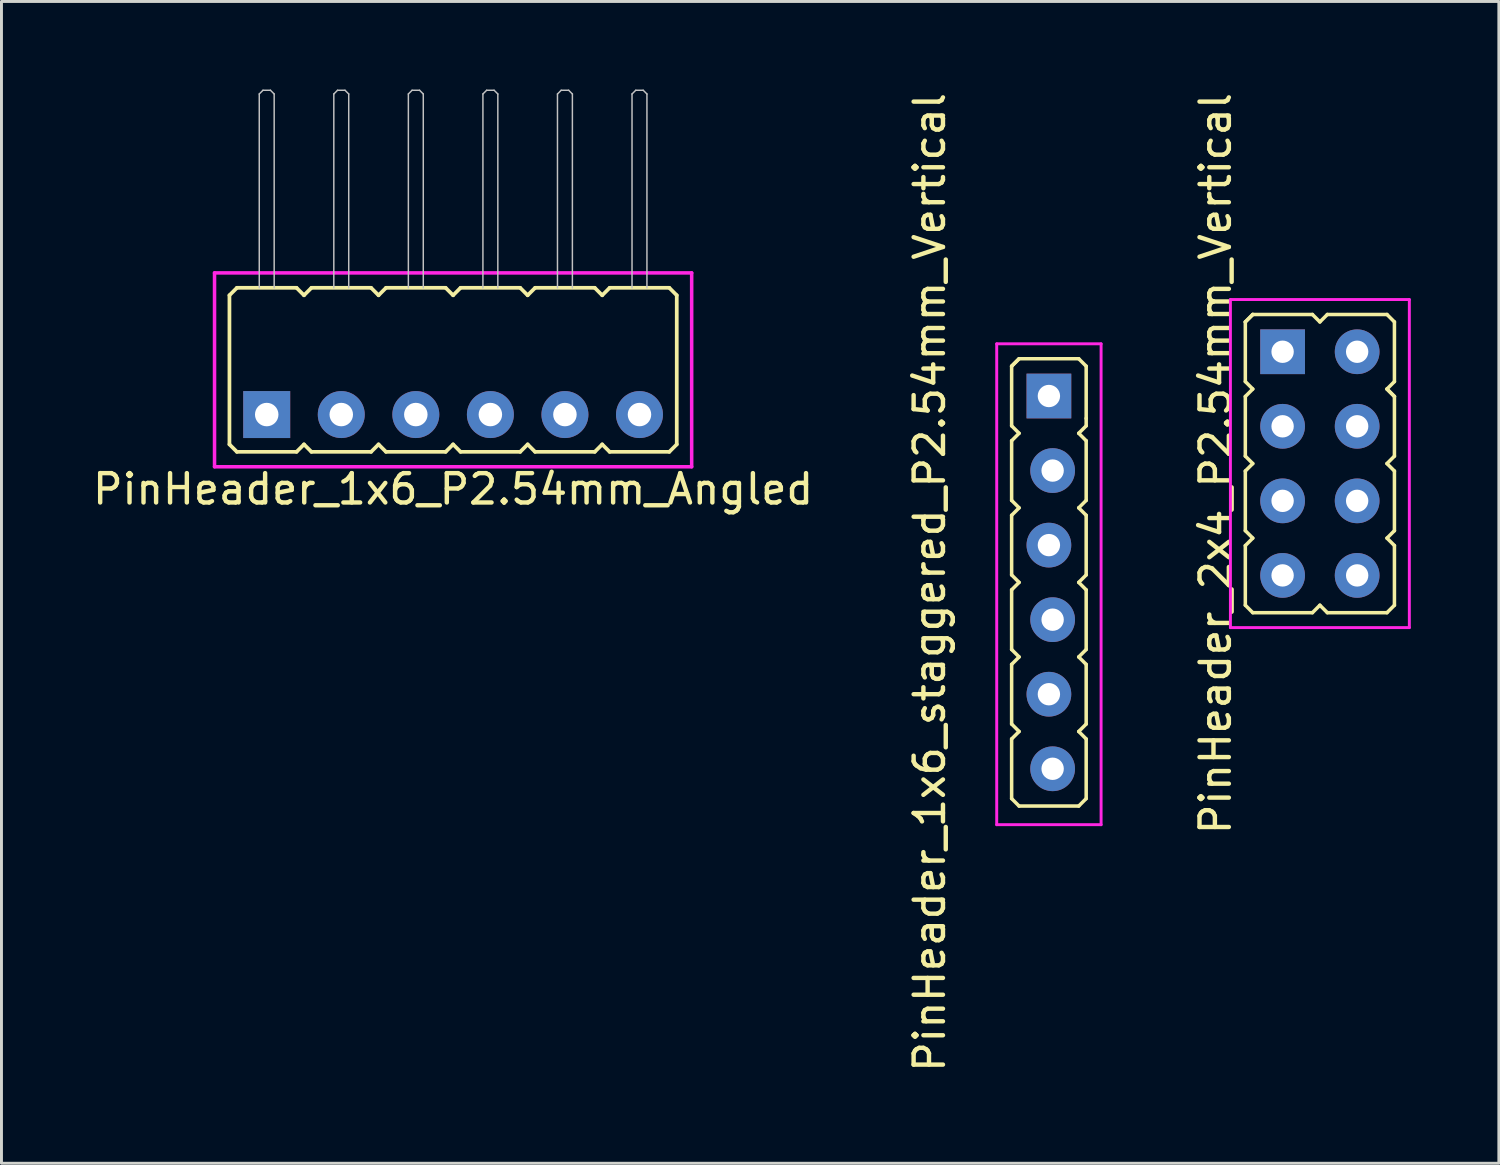
<source format=kicad_pcb>
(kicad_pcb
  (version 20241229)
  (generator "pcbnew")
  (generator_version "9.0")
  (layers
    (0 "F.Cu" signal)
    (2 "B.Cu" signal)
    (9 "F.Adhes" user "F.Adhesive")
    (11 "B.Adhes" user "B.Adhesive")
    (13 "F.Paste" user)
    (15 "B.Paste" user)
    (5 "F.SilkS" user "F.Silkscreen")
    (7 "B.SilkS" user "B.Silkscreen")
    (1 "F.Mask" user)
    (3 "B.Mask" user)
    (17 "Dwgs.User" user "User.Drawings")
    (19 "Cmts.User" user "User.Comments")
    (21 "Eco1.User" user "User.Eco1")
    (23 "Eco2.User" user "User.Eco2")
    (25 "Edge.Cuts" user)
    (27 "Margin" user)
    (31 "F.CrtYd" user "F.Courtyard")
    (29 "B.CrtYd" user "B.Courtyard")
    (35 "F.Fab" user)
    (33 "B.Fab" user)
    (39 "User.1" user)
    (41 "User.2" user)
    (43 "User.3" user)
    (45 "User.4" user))
  (footprint "PinHeader_2x4_P2.54mm_Vertical"
    (layer "F.Cu")
    (at 41.918 12.744)
    (property "Reference" "PinHeader_2x4_P2.54mm_Vertical" (at -3.556 0 90) (layer "F.SilkS") (effects (font (size 1 1) (thickness 0.15))))
    (attr through_hole)
    (fp_line (start -2.54 -4.826) (end -2.286 -5.08) (stroke (width 0.12) (type solid)) (layer "F.SilkS"))
    (fp_line (start -2.54 -4.826) (end -2.286 -5.08) (stroke (width 0.12) (type solid)) (layer "F.SilkS"))
    (fp_line (start -2.54 -2.794) (end -2.54 -4.826) (stroke (width 0.12) (type solid)) (layer "F.SilkS"))
    (fp_line (start -2.54 -2.286) (end -2.286 -2.54) (stroke (width 0.12) (type solid)) (layer "F.SilkS"))
    (fp_line (start -2.54 -0.254) (end -2.54 -2.286) (stroke (width 0.12) (type solid)) (layer "F.SilkS"))
    (fp_line (start -2.54 0.254) (end -2.286 0) (stroke (width 0.12) (type solid)) (layer "F.SilkS"))
    (fp_line (start -2.54 2.286) (end -2.54 0.254) (stroke (width 0.12) (type solid)) (layer "F.SilkS"))
    (fp_line (start -2.54 2.794) (end -2.286 2.54) (stroke (width 0.12) (type solid)) (layer "F.SilkS"))
    (fp_line (start -2.54 4.826) (end -2.54 2.794) (stroke (width 0.12) (type solid)) (layer "F.SilkS"))
    (fp_line (start -2.286 -2.54) (end -2.54 -2.794) (stroke (width 0.12) (type solid)) (layer "F.SilkS"))
    (fp_line (start -2.286 0) (end -2.54 -0.254) (stroke (width 0.12) (type solid)) (layer "F.SilkS"))
    (fp_line (start -2.286 2.54) (end -2.54 2.286) (stroke (width 0.12) (type solid)) (layer "F.SilkS"))
    (fp_line (start -2.286 5.08) (end -2.54 4.826) (stroke (width 0.12) (type solid)) (layer "F.SilkS"))
    (fp_line (start -0.254 -5.08) (end -2.286 -5.08) (stroke (width 0.12) (type solid)) (layer "F.SilkS"))
    (fp_line (start -0.254 5.08) (end -2.286 5.08) (stroke (width 0.12) (type solid)) (layer "F.SilkS"))
    (fp_line (start -0.254 5.08) (end 0 4.826) (stroke (width 0.12) (type solid)) (layer "F.SilkS"))
    (fp_line (start 0 -4.826) (end -0.254 -5.08) (stroke (width 0.12) (type solid)) (layer "F.SilkS"))
    (fp_line (start 0.254 -5.08) (end 0 -4.826) (stroke (width 0.12) (type solid)) (layer "F.SilkS"))
    (fp_line (start 0.254 -5.08) (end 2.286 -5.08) (stroke (width 0.12) (type solid)) (layer "F.SilkS"))
    (fp_line (start 0.254 5.08) (end 0 4.826) (stroke (width 0.12) (type solid)) (layer "F.SilkS"))
    (fp_line (start 2.286 -5.08) (end 2.54 -4.826) (stroke (width 0.12) (type solid)) (layer "F.SilkS"))
    (fp_line (start 2.286 -2.54) (end 2.54 -2.286) (stroke (width 0.12) (type solid)) (layer "F.SilkS"))
    (fp_line (start 2.286 -2.54) (end 2.54 -2.286) (stroke (width 0.12) (type solid)) (layer "F.SilkS"))
    (fp_line (start 2.286 0) (end 2.54 0.254) (stroke (width 0.12) (type solid)) (layer "F.SilkS"))
    (fp_line (start 2.286 2.54) (end 2.54 2.794) (stroke (width 0.12) (type solid)) (layer "F.SilkS"))
    (fp_line (start 2.286 5.08) (end 0.254 5.08) (stroke (width 0.12) (type solid)) (layer "F.SilkS"))
    (fp_line (start 2.54 -4.826) (end 2.54 -2.794) (stroke (width 0.12) (type solid)) (layer "F.SilkS"))
    (fp_line (start 2.54 -2.794) (end 2.286 -2.54) (stroke (width 0.12) (type solid)) (layer "F.SilkS"))
    (fp_line (start 2.54 -2.286) (end 2.54 -0.254) (stroke (width 0.12) (type solid)) (layer "F.SilkS"))
    (fp_line (start 2.54 -0.254) (end 2.286 0) (stroke (width 0.12) (type solid)) (layer "F.SilkS"))
    (fp_line (start 2.54 0.254) (end 2.54 2.286) (stroke (width 0.12) (type solid)) (layer "F.SilkS"))
    (fp_line (start 2.54 2.286) (end 2.286 2.54) (stroke (width 0.12) (type solid)) (layer "F.SilkS"))
    (fp_line (start 2.54 2.794) (end 2.54 4.826) (stroke (width 0.12) (type solid)) (layer "F.SilkS"))
    (fp_line (start 2.54 4.826) (end 2.286 5.08) (stroke (width 0.12) (type solid)) (layer "F.SilkS"))
    (fp_line (start -3.048 5.588) (end -3.048 -5.588) (stroke (width 0.1) (type solid)) (layer "F.CrtYd"))
    (fp_line (start -3.048 5.588) (end 3.048 5.588) (stroke (width 0.1) (type solid)) (layer "F.CrtYd"))
    (fp_line (start 3.048 -5.588) (end -3.048 -5.588) (stroke (width 0.1) (type solid)) (layer "F.CrtYd"))
    (fp_line (start 3.048 -5.588) (end 3.048 5.588) (stroke (width 0.1) (type solid)) (layer "F.CrtYd"))
    (pad "1" thru_hole rect (at -1.27 -3.81) (size 1.524 1.524) (drill 0.762) (layers "*.Cu" "*.Mask"))
    (pad "2" thru_hole oval (at 1.27 -3.81) (size 1.524 1.524) (drill 0.762) (layers "*.Cu" "*.Mask"))
    (pad "3" thru_hole oval (at -1.27 -1.27) (size 1.524 1.524) (drill 0.762) (layers "*.Cu" "*.Mask"))
    (pad "4" thru_hole oval (at 1.27 -1.27) (size 1.524 1.524) (drill 0.762) (layers "*.Cu" "*.Mask"))
    (pad "5" thru_hole oval (at -1.27 1.27) (size 1.524 1.524) (drill 0.762) (layers "*.Cu" "*.Mask"))
    (pad "6" thru_hole oval (at 1.27 1.27) (size 1.524 1.524) (drill 0.762) (layers "*.Cu" "*.Mask"))
    (pad "7" thru_hole oval (at -1.27 3.81) (size 1.524 1.524) (drill 0.762) (layers "*.Cu" "*.Mask"))
    (pad "8" thru_hole oval (at 1.27 3.81) (size 1.524 1.524) (drill 0.762) (layers "*.Cu" "*.Mask")))
  (footprint "PinHeader_1x6_P2.54mm_Angled"
    (layer "F.Cu")
    (at 12.387 11.074)
    (property "Reference" "PinHeader_1x6_P2.54mm_Angled" (at 0 2.54 0) (layer "F.SilkS") (effects (font (size 1 1) (thickness 0.15))))
    (attr through_hole)
    (fp_line (start -7.62 1.016) (end -7.62 -4.064) (stroke (width 0.127) (type solid)) (layer "F.SilkS"))
    (fp_line (start -7.366 -4.318) (end -7.62 -4.064) (stroke (width 0.127) (type solid)) (layer "F.SilkS"))
    (fp_line (start -7.366 -4.318) (end -5.334 -4.318) (stroke (width 0.127) (type solid)) (layer "F.SilkS"))
    (fp_line (start -7.366 1.27) (end -7.62 1.016) (stroke (width 0.127) (type solid)) (layer "F.SilkS"))
    (fp_line (start -5.334 -4.318) (end -5.08 -4.064) (stroke (width 0.127) (type solid)) (layer "F.SilkS"))
    (fp_line (start -5.334 1.27) (end -7.366 1.27) (stroke (width 0.127) (type solid)) (layer "F.SilkS"))
    (fp_line (start -5.08 -4.064) (end -4.826 -4.318) (stroke (width 0.127) (type solid)) (layer "F.SilkS"))
    (fp_line (start -5.08 1.016) (end -5.334 1.27) (stroke (width 0.127) (type solid)) (layer "F.SilkS"))
    (fp_line (start -4.826 -4.318) (end -2.794 -4.318) (stroke (width 0.127) (type solid)) (layer "F.SilkS"))
    (fp_line (start -4.826 1.27) (end -5.08 1.016) (stroke (width 0.127) (type solid)) (layer "F.SilkS"))
    (fp_line (start -2.794 -4.318) (end -2.54 -4.064) (stroke (width 0.127) (type solid)) (layer "F.SilkS"))
    (fp_line (start -2.794 1.27) (end -4.826 1.27) (stroke (width 0.127) (type solid)) (layer "F.SilkS"))
    (fp_line (start -2.54 -4.064) (end -2.286 -4.318) (stroke (width 0.127) (type solid)) (layer "F.SilkS"))
    (fp_line (start -2.54 1.016) (end -2.794 1.27) (stroke (width 0.127) (type solid)) (layer "F.SilkS"))
    (fp_line (start -2.286 -4.318) (end -0.254 -4.318) (stroke (width 0.127) (type solid)) (layer "F.SilkS"))
    (fp_line (start -2.286 1.27) (end -2.54 1.016) (stroke (width 0.127) (type solid)) (layer "F.SilkS"))
    (fp_line (start -0.254 -4.318) (end 0 -4.064) (stroke (width 0.127) (type solid)) (layer "F.SilkS"))
    (fp_line (start -0.254 1.27) (end -2.286 1.27) (stroke (width 0.127) (type solid)) (layer "F.SilkS"))
    (fp_line (start 0 -4.064) (end 0.254 -4.318) (stroke (width 0.127) (type solid)) (layer "F.SilkS"))
    (fp_line (start 0 1.016) (end -0.254 1.27) (stroke (width 0.127) (type solid)) (layer "F.SilkS"))
    (fp_line (start 0.254 -4.318) (end 2.286 -4.318) (stroke (width 0.127) (type solid)) (layer "F.SilkS"))
    (fp_line (start 0.254 1.27) (end 0 1.016) (stroke (width 0.127) (type solid)) (layer "F.SilkS"))
    (fp_line (start 2.286 -4.318) (end 2.54 -4.064) (stroke (width 0.127) (type solid)) (layer "F.SilkS"))
    (fp_line (start 2.286 1.27) (end 0.254 1.27) (stroke (width 0.127) (type solid)) (layer "F.SilkS"))
    (fp_line (start 2.54 -4.064) (end 2.794 -4.318) (stroke (width 0.127) (type solid)) (layer "F.SilkS"))
    (fp_line (start 2.54 1.016) (end 2.286 1.27) (stroke (width 0.127) (type solid)) (layer "F.SilkS"))
    (fp_line (start 2.794 -4.318) (end 4.826 -4.318) (stroke (width 0.127) (type solid)) (layer "F.SilkS"))
    (fp_line (start 2.794 1.27) (end 2.54 1.016) (stroke (width 0.127) (type solid)) (layer "F.SilkS"))
    (fp_line (start 4.826 -4.318) (end 5.08 -4.064) (stroke (width 0.127) (type solid)) (layer "F.SilkS"))
    (fp_line (start 4.826 1.27) (end 2.794 1.27) (stroke (width 0.127) (type solid)) (layer "F.SilkS"))
    (fp_line (start 5.08 -4.064) (end 5.334 -4.318) (stroke (width 0.127) (type solid)) (layer "F.SilkS"))
    (fp_line (start 5.08 1.016) (end 4.826 1.27) (stroke (width 0.127) (type solid)) (layer "F.SilkS"))
    (fp_line (start 5.334 -4.318) (end 7.366 -4.318) (stroke (width 0.127) (type solid)) (layer "F.SilkS"))
    (fp_line (start 5.334 1.27) (end 5.08 1.016) (stroke (width 0.127) (type solid)) (layer "F.SilkS"))
    (fp_line (start 7.366 -4.318) (end 7.62 -4.064) (stroke (width 0.127) (type solid)) (layer "F.SilkS"))
    (fp_line (start 7.366 1.27) (end 5.334 1.27) (stroke (width 0.127) (type solid)) (layer "F.SilkS"))
    (fp_line (start 7.366 1.27) (end 7.62 1.016) (stroke (width 0.127) (type solid)) (layer "F.SilkS"))
    (fp_line (start 7.62 -4.064) (end 7.62 1.016) (stroke (width 0.127) (type solid)) (layer "F.SilkS"))
    (fp_line (start -6.604 -10.922) (end -6.477 -11.049) (stroke (width 0.05) (type solid)) (layer "Dwgs.User"))
    (fp_line (start -6.604 -4.318) (end -6.604 -10.922) (stroke (width 0.05) (type solid)) (layer "Dwgs.User"))
    (fp_line (start -6.477 -11.049) (end -6.223 -11.049) (stroke (width 0.05) (type solid)) (layer "Dwgs.User"))
    (fp_line (start -6.223 -11.049) (end -6.096 -10.922) (stroke (width 0.05) (type solid)) (layer "Dwgs.User"))
    (fp_line (start -6.096 -10.922) (end -6.096 -4.318) (stroke (width 0.05) (type solid)) (layer "Dwgs.User"))
    (fp_line (start -4.064 -10.922) (end -3.937 -11.049) (stroke (width 0.05) (type solid)) (layer "Dwgs.User"))
    (fp_line (start -4.064 -4.318) (end -4.064 -10.922) (stroke (width 0.05) (type solid)) (layer "Dwgs.User"))
    (fp_line (start -3.937 -11.049) (end -3.683 -11.049) (stroke (width 0.05) (type solid)) (layer "Dwgs.User"))
    (fp_line (start -3.683 -11.049) (end -3.556 -10.922) (stroke (width 0.05) (type solid)) (layer "Dwgs.User"))
    (fp_line (start -3.556 -10.922) (end -3.556 -4.318) (stroke (width 0.05) (type solid)) (layer "Dwgs.User"))
    (fp_line (start -1.524 -10.922) (end -1.397 -11.049) (stroke (width 0.05) (type solid)) (layer "Dwgs.User"))
    (fp_line (start -1.524 -4.318) (end -1.524 -10.922) (stroke (width 0.05) (type solid)) (layer "Dwgs.User"))
    (fp_line (start -1.397 -11.049) (end -1.143 -11.049) (stroke (width 0.05) (type solid)) (layer "Dwgs.User"))
    (fp_line (start -1.143 -11.049) (end -1.016 -10.922) (stroke (width 0.05) (type solid)) (layer "Dwgs.User"))
    (fp_line (start -1.016 -10.922) (end -1.016 -4.318) (stroke (width 0.05) (type solid)) (layer "Dwgs.User"))
    (fp_line (start 1.016 -10.922) (end 1.143 -11.049) (stroke (width 0.05) (type solid)) (layer "Dwgs.User"))
    (fp_line (start 1.016 -4.318) (end 1.016 -10.922) (stroke (width 0.05) (type solid)) (layer "Dwgs.User"))
    (fp_line (start 1.143 -11.049) (end 1.397 -11.049) (stroke (width 0.05) (type solid)) (layer "Dwgs.User"))
    (fp_line (start 1.397 -11.049) (end 1.524 -10.922) (stroke (width 0.05) (type solid)) (layer "Dwgs.User"))
    (fp_line (start 1.524 -10.922) (end 1.524 -4.318) (stroke (width 0.05) (type solid)) (layer "Dwgs.User"))
    (fp_line (start 3.556 -10.922) (end 3.683 -11.049) (stroke (width 0.05) (type solid)) (layer "Dwgs.User"))
    (fp_line (start 3.556 -4.318) (end 3.556 -10.922) (stroke (width 0.05) (type solid)) (layer "Dwgs.User"))
    (fp_line (start 3.683 -11.049) (end 3.937 -11.049) (stroke (width 0.05) (type solid)) (layer "Dwgs.User"))
    (fp_line (start 3.937 -11.049) (end 4.064 -10.922) (stroke (width 0.05) (type solid)) (layer "Dwgs.User"))
    (fp_line (start 4.064 -10.922) (end 4.064 -4.318) (stroke (width 0.05) (type solid)) (layer "Dwgs.User"))
    (fp_line (start 6.096 -10.922) (end 6.223 -11.049) (stroke (width 0.05) (type solid)) (layer "Dwgs.User"))
    (fp_line (start 6.096 -4.318) (end 6.096 -10.922) (stroke (width 0.05) (type solid)) (layer "Dwgs.User"))
    (fp_line (start 6.223 -11.049) (end 6.477 -11.049) (stroke (width 0.05) (type solid)) (layer "Dwgs.User"))
    (fp_line (start 6.477 -11.049) (end 6.604 -10.922) (stroke (width 0.05) (type solid)) (layer "Dwgs.User"))
    (fp_line (start 6.604 -10.922) (end 6.604 -4.318) (stroke (width 0.05) (type solid)) (layer "Dwgs.User"))
    (fp_line (start -8.128 -4.826) (end 8.128 -4.826) (stroke (width 0.12) (type solid)) (layer "F.CrtYd"))
    (fp_line (start -8.128 1.778) (end -8.128 -4.826) (stroke (width 0.12) (type solid)) (layer "F.CrtYd"))
    (fp_line (start 8.128 -4.826) (end 8.128 1.778) (stroke (width 0.12) (type solid)) (layer "F.CrtYd"))
    (fp_line (start 8.128 1.778) (end -8.128 1.778) (stroke (width 0.12) (type solid)) (layer "F.CrtYd"))
    (pad "1" thru_hole rect (at -6.35 0) (size 1.6 1.6) (drill 0.8) (layers "*.Cu" "*.Mask"))
    (pad "2" thru_hole circle (at -3.81 0) (size 1.6 1.6) (drill 0.8) (layers "*.Cu" "*.Mask"))
    (pad "3" thru_hole circle (at -1.27 0) (size 1.6 1.6) (drill 0.8) (layers "*.Cu" "*.Mask"))
    (pad "4" thru_hole circle (at 1.27 0) (size 1.6 1.6) (drill 0.8) (layers "*.Cu" "*.Mask"))
    (pad "5" thru_hole circle (at 3.81 0) (size 1.6 1.6) (drill 0.8) (layers "*.Cu" "*.Mask"))
    (pad "6" thru_hole circle (at 6.35 0) (size 1.6 1.6) (drill 0.8) (layers "*.Cu" "*.Mask")))
  (footprint "PinHeader_1x6_staggered_P2.54mm_Vertical"
    (layer "F.Cu")
    (at 32.686 16.792)
    (property "Reference" "PinHeader_1x6_staggered_P2.54mm_Vertical" (at -4.064 0 90) (layer "F.SilkS") (effects (font (size 1 1) (thickness 0.15))))
    (attr through_hole)
    (fp_line (start -1.27 -7.366) (end -1.016 -7.62) (stroke (width 0.12) (type solid)) (layer "F.SilkS"))
    (fp_line (start -1.27 -7.366) (end -1.016 -7.62) (stroke (width 0.12) (type solid)) (layer "F.SilkS"))
    (fp_line (start -1.27 -5.334) (end -1.27 -7.366) (stroke (width 0.12) (type solid)) (layer "F.SilkS"))
    (fp_line (start -1.27 -4.826) (end -1.016 -5.08) (stroke (width 0.12) (type solid)) (layer "F.SilkS"))
    (fp_line (start -1.27 -2.794) (end -1.27 -4.826) (stroke (width 0.12) (type solid)) (layer "F.SilkS"))
    (fp_line (start -1.27 -2.286) (end -1.016 -2.54) (stroke (width 0.12) (type solid)) (layer "F.SilkS"))
    (fp_line (start -1.27 -0.254) (end -1.27 -2.286) (stroke (width 0.12) (type solid)) (layer "F.SilkS"))
    (fp_line (start -1.27 0.254) (end -1.016 0) (stroke (width 0.12) (type solid)) (layer "F.SilkS"))
    (fp_line (start -1.27 2.286) (end -1.27 0.254) (stroke (width 0.12) (type solid)) (layer "F.SilkS"))
    (fp_line (start -1.27 2.794) (end -1.016 2.54) (stroke (width 0.12) (type solid)) (layer "F.SilkS"))
    (fp_line (start -1.27 4.826) (end -1.27 2.794) (stroke (width 0.12) (type solid)) (layer "F.SilkS"))
    (fp_line (start -1.27 5.334) (end -1.016 5.08) (stroke (width 0.12) (type solid)) (layer "F.SilkS"))
    (fp_line (start -1.27 7.366) (end -1.27 5.334) (stroke (width 0.12) (type solid)) (layer "F.SilkS"))
    (fp_line (start -1.016 -5.08) (end -1.27 -5.334) (stroke (width 0.12) (type solid)) (layer "F.SilkS"))
    (fp_line (start -1.016 -2.54) (end -1.27 -2.794) (stroke (width 0.12) (type solid)) (layer "F.SilkS"))
    (fp_line (start -1.016 0) (end -1.27 -0.254) (stroke (width 0.12) (type solid)) (layer "F.SilkS"))
    (fp_line (start -1.016 2.54) (end -1.27 2.286) (stroke (width 0.12) (type solid)) (layer "F.SilkS"))
    (fp_line (start -1.016 5.08) (end -1.27 4.826) (stroke (width 0.12) (type solid)) (layer "F.SilkS"))
    (fp_line (start -1.016 7.62) (end -1.27 7.366) (stroke (width 0.12) (type solid)) (layer "F.SilkS"))
    (fp_line (start 1.016 -7.62) (end -1.016 -7.62) (stroke (width 0.12) (type solid)) (layer "F.SilkS"))
    (fp_line (start 1.016 -5.08) (end 1.27 -4.826) (stroke (width 0.12) (type solid)) (layer "F.SilkS"))
    (fp_line (start 1.016 -2.54) (end 1.27 -2.286) (stroke (width 0.12) (type solid)) (layer "F.SilkS"))
    (fp_line (start 1.016 0) (end 1.27 0.254) (stroke (width 0.12) (type solid)) (layer "F.SilkS"))
    (fp_line (start 1.016 2.54) (end 1.27 2.794) (stroke (width 0.12) (type solid)) (layer "F.SilkS"))
    (fp_line (start 1.016 5.08) (end 1.27 5.334) (stroke (width 0.12) (type solid)) (layer "F.SilkS"))
    (fp_line (start 1.016 7.62) (end -1.016 7.62) (stroke (width 0.12) (type solid)) (layer "F.SilkS"))
    (fp_line (start 1.27 -7.366) (end 1.016 -7.62) (stroke (width 0.12) (type solid)) (layer "F.SilkS"))
    (fp_line (start 1.27 -7.366) (end 1.27 -5.588) (stroke (width 0.12) (type solid)) (layer "F.SilkS"))
    (fp_line (start 1.27 -5.588) (end 1.27 -5.334) (stroke (width 0.12) (type solid)) (layer "F.SilkS"))
    (fp_line (start 1.27 -5.334) (end 1.016 -5.08) (stroke (width 0.12) (type solid)) (layer "F.SilkS"))
    (fp_line (start 1.27 -4.826) (end 1.27 -2.794) (stroke (width 0.12) (type solid)) (layer "F.SilkS"))
    (fp_line (start 1.27 -2.794) (end 1.016 -2.54) (stroke (width 0.12) (type solid)) (layer "F.SilkS"))
    (fp_line (start 1.27 -2.286) (end 1.27 -0.254) (stroke (width 0.12) (type solid)) (layer "F.SilkS"))
    (fp_line (start 1.27 -0.254) (end 1.016 0) (stroke (width 0.12) (type solid)) (layer "F.SilkS"))
    (fp_line (start 1.27 0.254) (end 1.27 2.286) (stroke (width 0.12) (type solid)) (layer "F.SilkS"))
    (fp_line (start 1.27 2.286) (end 1.016 2.54) (stroke (width 0.12) (type solid)) (layer "F.SilkS"))
    (fp_line (start 1.27 2.794) (end 1.27 4.826) (stroke (width 0.12) (type solid)) (layer "F.SilkS"))
    (fp_line (start 1.27 4.826) (end 1.016 5.08) (stroke (width 0.12) (type solid)) (layer "F.SilkS"))
    (fp_line (start 1.27 5.334) (end 1.27 7.366) (stroke (width 0.12) (type solid)) (layer "F.SilkS"))
    (fp_line (start 1.27 7.366) (end 1.016 7.62) (stroke (width 0.12) (type solid)) (layer "F.SilkS"))
    (fp_line (start -1.778 8.255) (end -1.778 -8.128) (stroke (width 0.1) (type solid)) (layer "F.CrtYd"))
    (fp_line (start 1.778 -8.128) (end -1.778 -8.128) (stroke (width 0.1) (type solid)) (layer "F.CrtYd"))
    (fp_line (start 1.778 -8.128) (end 1.778 8.255) (stroke (width 0.1) (type solid)) (layer "F.CrtYd"))
    (fp_line (start 1.778 8.255) (end -1.778 8.255) (stroke (width 0.1) (type solid)) (layer "F.CrtYd"))
    (pad "1" thru_hole rect (at 0 -6.35) (size 1.524 1.524) (drill 0.762) (layers "*.Cu" "*.Mask"))
    (pad "2" thru_hole oval (at 0.127 -3.81) (size 1.524 1.524) (drill 0.762) (layers "*.Cu" "*.Mask"))
    (pad "3" thru_hole oval (at 0 -1.27) (size 1.524 1.524) (drill 0.762) (layers "*.Cu" "*.Mask"))
    (pad "4" thru_hole oval (at 0.127 1.27) (size 1.524 1.524) (drill 0.762) (layers "*.Cu" "*.Mask"))
    (pad "5" thru_hole oval (at 0 3.81) (size 1.524 1.524) (drill 0.762) (layers "*.Cu" "*.Mask"))
    (pad "6" thru_hole oval (at 0.127 6.35) (size 1.524 1.524) (drill 0.762) (layers "*.Cu" "*.Mask")))
  (gr_rect
    (start -3 -3)
    (end 48.016 36.583)
    (stroke (width 0.1) (type default))
    (fill no)
    (layer "Edge.Cuts")))
</source>
